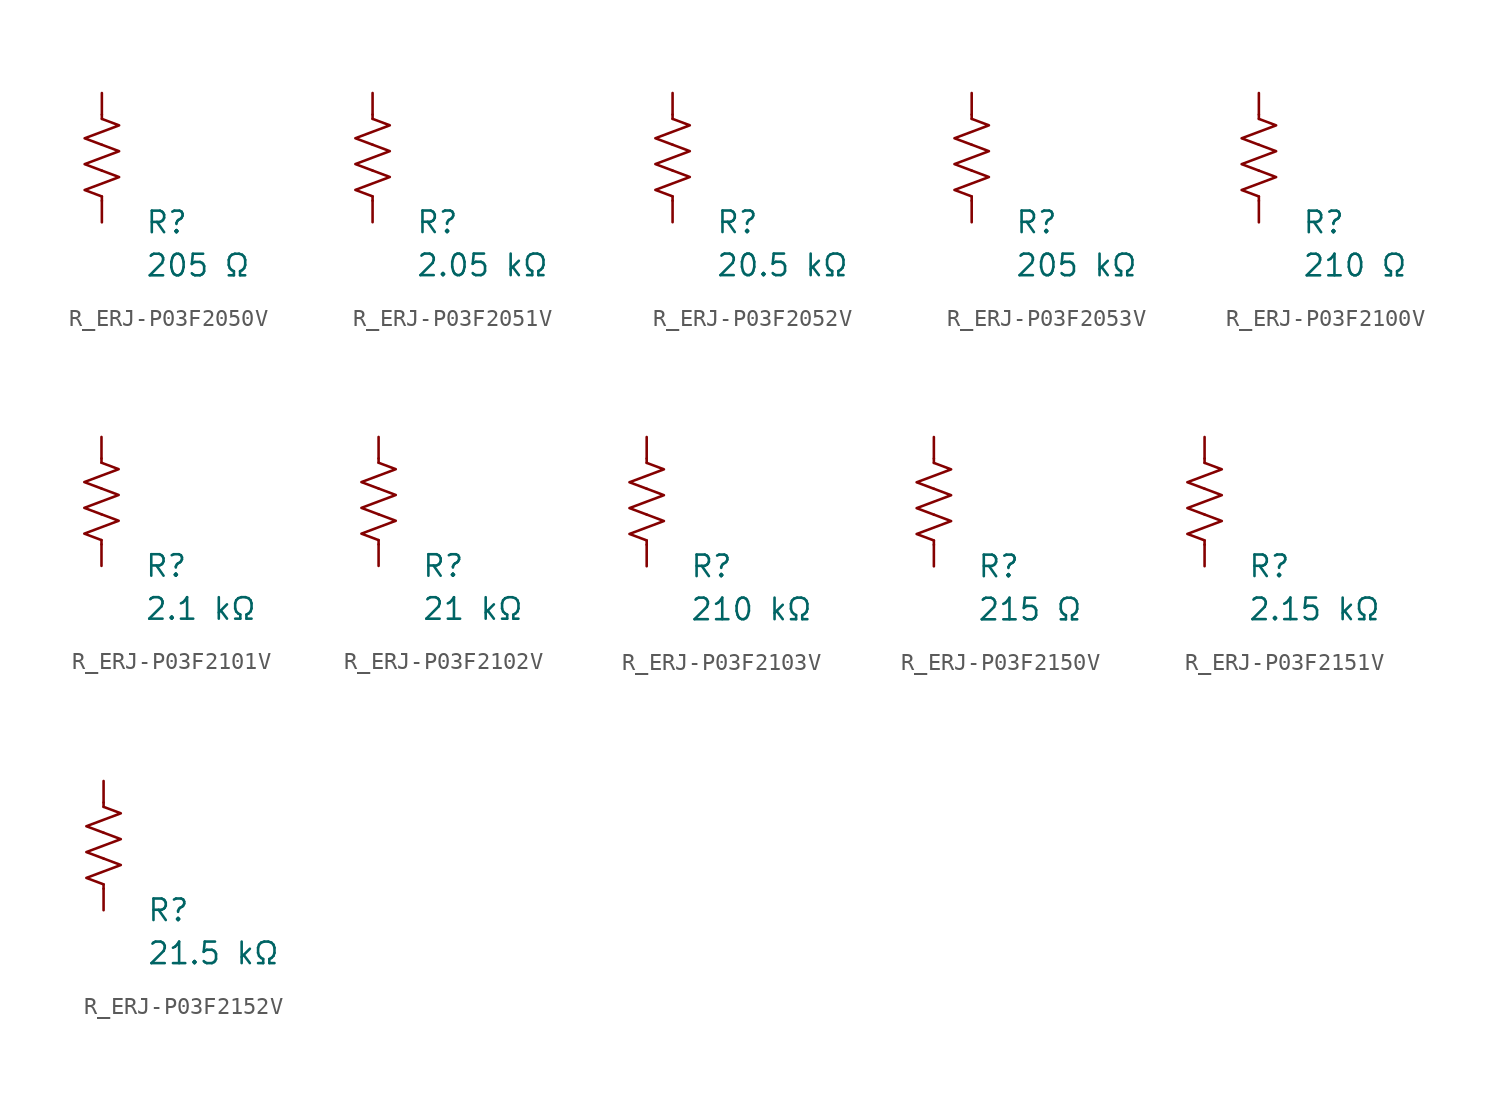
<source format=kicad_sym>
(kicad_symbol_lib
  (version 20231120)
  (generator "kicad_symbol_editor")
  (generator_version "8.0")
  (symbol "R_ERJ-P03F2050V"
    (pin_numbers hide)
    (pin_names
      (offset 0))
    (property "Reference" "R"
      (at 2.54 -3.81 0)
      (effects (font (size 1.27 1.27)) (justify left))
      (show_name no))
    (property "Value" "205 Ω"
      (at 2.54 -6.35 0)
      (effects (font (size 1.27 1.27)) (justify left))
      (show_name no))
    (symbol "R_ERJ-P03F2050V_0_1"
      (polyline (pts (xy 0 -2.286) (xy 0 -2.54)) (stroke (width 0) (type default)) (fill (type none)))
      (polyline (pts (xy 0 2.286) (xy 0 2.54)) (stroke (width 0) (type default)) (fill (type none)))
      (polyline (pts (xy 0 -0.762) (xy 1.016 -1.143) (xy 0 -1.524) (xy -1.016 -1.905) (xy 0 -2.286)) (stroke (width 0) (type default)) (fill (type none)))
      (polyline (pts (xy 0 0.762) (xy 1.016 0.381) (xy 0 0) (xy -1.016 -0.381) (xy 0 -0.762)) (stroke (width 0) (type default)) (fill (type none)))
      (polyline (pts (xy 0 2.286) (xy 1.016 1.905) (xy 0 1.524) (xy -1.016 1.143) (xy 0 0.762)) (stroke (width 0) (type default)) (fill (type none))))
    (symbol "R_ERJ-P03F2050V_1_1"
      (pin passive line (at 0 3.81 270) (length 1.27) (name "~" (effects (font (size 1.27 1.27)))) (number "1" (effects (font (size 1.27 1.27)))))
      (pin passive line (at 0 -3.81 90) (length 1.27) (name "~" (effects (font (size 1.27 1.27)))) (number "2" (effects (font (size 1.27 1.27)))))))
  (symbol "R_ERJ-P03F2051V"
    (pin_numbers hide)
    (pin_names
      (offset 0))
    (property "Reference" "R"
      (at 2.54 -3.81 0)
      (effects (font (size 1.27 1.27)) (justify left))
      (show_name no))
    (property "Value" "2.05 kΩ"
      (at 2.54 -6.35 0)
      (effects (font (size 1.27 1.27)) (justify left))
      (show_name no))
    (symbol "R_ERJ-P03F2051V_0_1"
      (polyline (pts (xy 0 -2.286) (xy 0 -2.54)) (stroke (width 0) (type default)) (fill (type none)))
      (polyline (pts (xy 0 2.286) (xy 0 2.54)) (stroke (width 0) (type default)) (fill (type none)))
      (polyline (pts (xy 0 -0.762) (xy 1.016 -1.143) (xy 0 -1.524) (xy -1.016 -1.905) (xy 0 -2.286)) (stroke (width 0) (type default)) (fill (type none)))
      (polyline (pts (xy 0 0.762) (xy 1.016 0.381) (xy 0 0) (xy -1.016 -0.381) (xy 0 -0.762)) (stroke (width 0) (type default)) (fill (type none)))
      (polyline (pts (xy 0 2.286) (xy 1.016 1.905) (xy 0 1.524) (xy -1.016 1.143) (xy 0 0.762)) (stroke (width 0) (type default)) (fill (type none))))
    (symbol "R_ERJ-P03F2051V_1_1"
      (pin passive line (at 0 3.81 270) (length 1.27) (name "~" (effects (font (size 1.27 1.27)))) (number "1" (effects (font (size 1.27 1.27)))))
      (pin passive line (at 0 -3.81 90) (length 1.27) (name "~" (effects (font (size 1.27 1.27)))) (number "2" (effects (font (size 1.27 1.27)))))))
  (symbol "R_ERJ-P03F2052V"
    (pin_numbers hide)
    (pin_names
      (offset 0))
    (property "Reference" "R"
      (at 2.54 -3.81 0)
      (effects (font (size 1.27 1.27)) (justify left))
      (show_name no))
    (property "Value" "20.5 kΩ"
      (at 2.54 -6.35 0)
      (effects (font (size 1.27 1.27)) (justify left))
      (show_name no))
    (symbol "R_ERJ-P03F2052V_0_1"
      (polyline (pts (xy 0 -2.286) (xy 0 -2.54)) (stroke (width 0) (type default)) (fill (type none)))
      (polyline (pts (xy 0 2.286) (xy 0 2.54)) (stroke (width 0) (type default)) (fill (type none)))
      (polyline (pts (xy 0 -0.762) (xy 1.016 -1.143) (xy 0 -1.524) (xy -1.016 -1.905) (xy 0 -2.286)) (stroke (width 0) (type default)) (fill (type none)))
      (polyline (pts (xy 0 0.762) (xy 1.016 0.381) (xy 0 0) (xy -1.016 -0.381) (xy 0 -0.762)) (stroke (width 0) (type default)) (fill (type none)))
      (polyline (pts (xy 0 2.286) (xy 1.016 1.905) (xy 0 1.524) (xy -1.016 1.143) (xy 0 0.762)) (stroke (width 0) (type default)) (fill (type none))))
    (symbol "R_ERJ-P03F2052V_1_1"
      (pin passive line (at 0 3.81 270) (length 1.27) (name "~" (effects (font (size 1.27 1.27)))) (number "1" (effects (font (size 1.27 1.27)))))
      (pin passive line (at 0 -3.81 90) (length 1.27) (name "~" (effects (font (size 1.27 1.27)))) (number "2" (effects (font (size 1.27 1.27)))))))
  (symbol "R_ERJ-P03F2053V"
    (pin_numbers hide)
    (pin_names
      (offset 0))
    (property "Reference" "R"
      (at 2.54 -3.81 0)
      (effects (font (size 1.27 1.27)) (justify left))
      (show_name no))
    (property "Value" "205 kΩ"
      (at 2.54 -6.35 0)
      (effects (font (size 1.27 1.27)) (justify left))
      (show_name no))
    (symbol "R_ERJ-P03F2053V_0_1"
      (polyline (pts (xy 0 -2.286) (xy 0 -2.54)) (stroke (width 0) (type default)) (fill (type none)))
      (polyline (pts (xy 0 2.286) (xy 0 2.54)) (stroke (width 0) (type default)) (fill (type none)))
      (polyline (pts (xy 0 -0.762) (xy 1.016 -1.143) (xy 0 -1.524) (xy -1.016 -1.905) (xy 0 -2.286)) (stroke (width 0) (type default)) (fill (type none)))
      (polyline (pts (xy 0 0.762) (xy 1.016 0.381) (xy 0 0) (xy -1.016 -0.381) (xy 0 -0.762)) (stroke (width 0) (type default)) (fill (type none)))
      (polyline (pts (xy 0 2.286) (xy 1.016 1.905) (xy 0 1.524) (xy -1.016 1.143) (xy 0 0.762)) (stroke (width 0) (type default)) (fill (type none))))
    (symbol "R_ERJ-P03F2053V_1_1"
      (pin passive line (at 0 3.81 270) (length 1.27) (name "~" (effects (font (size 1.27 1.27)))) (number "1" (effects (font (size 1.27 1.27)))))
      (pin passive line (at 0 -3.81 90) (length 1.27) (name "~" (effects (font (size 1.27 1.27)))) (number "2" (effects (font (size 1.27 1.27)))))))
  (symbol "R_ERJ-P03F2100V"
    (pin_numbers hide)
    (pin_names
      (offset 0))
    (property "Reference" "R"
      (at 2.54 -3.81 0)
      (effects (font (size 1.27 1.27)) (justify left))
      (show_name no))
    (property "Value" "210 Ω"
      (at 2.54 -6.35 0)
      (effects (font (size 1.27 1.27)) (justify left))
      (show_name no))
    (symbol "R_ERJ-P03F2100V_0_1"
      (polyline (pts (xy 0 -2.286) (xy 0 -2.54)) (stroke (width 0) (type default)) (fill (type none)))
      (polyline (pts (xy 0 2.286) (xy 0 2.54)) (stroke (width 0) (type default)) (fill (type none)))
      (polyline (pts (xy 0 -0.762) (xy 1.016 -1.143) (xy 0 -1.524) (xy -1.016 -1.905) (xy 0 -2.286)) (stroke (width 0) (type default)) (fill (type none)))
      (polyline (pts (xy 0 0.762) (xy 1.016 0.381) (xy 0 0) (xy -1.016 -0.381) (xy 0 -0.762)) (stroke (width 0) (type default)) (fill (type none)))
      (polyline (pts (xy 0 2.286) (xy 1.016 1.905) (xy 0 1.524) (xy -1.016 1.143) (xy 0 0.762)) (stroke (width 0) (type default)) (fill (type none))))
    (symbol "R_ERJ-P03F2100V_1_1"
      (pin passive line (at 0 3.81 270) (length 1.27) (name "~" (effects (font (size 1.27 1.27)))) (number "1" (effects (font (size 1.27 1.27)))))
      (pin passive line (at 0 -3.81 90) (length 1.27) (name "~" (effects (font (size 1.27 1.27)))) (number "2" (effects (font (size 1.27 1.27)))))))
  (symbol "R_ERJ-P03F2101V"
    (pin_numbers hide)
    (pin_names
      (offset 0))
    (property "Reference" "R"
      (at 2.54 -3.81 0)
      (effects (font (size 1.27 1.27)) (justify left))
      (show_name no))
    (property "Value" "2.1 kΩ"
      (at 2.54 -6.35 0)
      (effects (font (size 1.27 1.27)) (justify left))
      (show_name no))
    (symbol "R_ERJ-P03F2101V_0_1"
      (polyline (pts (xy 0 -2.286) (xy 0 -2.54)) (stroke (width 0) (type default)) (fill (type none)))
      (polyline (pts (xy 0 2.286) (xy 0 2.54)) (stroke (width 0) (type default)) (fill (type none)))
      (polyline (pts (xy 0 -0.762) (xy 1.016 -1.143) (xy 0 -1.524) (xy -1.016 -1.905) (xy 0 -2.286)) (stroke (width 0) (type default)) (fill (type none)))
      (polyline (pts (xy 0 0.762) (xy 1.016 0.381) (xy 0 0) (xy -1.016 -0.381) (xy 0 -0.762)) (stroke (width 0) (type default)) (fill (type none)))
      (polyline (pts (xy 0 2.286) (xy 1.016 1.905) (xy 0 1.524) (xy -1.016 1.143) (xy 0 0.762)) (stroke (width 0) (type default)) (fill (type none))))
    (symbol "R_ERJ-P03F2101V_1_1"
      (pin passive line (at 0 3.81 270) (length 1.27) (name "~" (effects (font (size 1.27 1.27)))) (number "1" (effects (font (size 1.27 1.27)))))
      (pin passive line (at 0 -3.81 90) (length 1.27) (name "~" (effects (font (size 1.27 1.27)))) (number "2" (effects (font (size 1.27 1.27)))))))
  (symbol "R_ERJ-P03F2102V"
    (pin_numbers hide)
    (pin_names
      (offset 0))
    (property "Reference" "R"
      (at 2.54 -3.81 0)
      (effects (font (size 1.27 1.27)) (justify left))
      (show_name no))
    (property "Value" "21 kΩ"
      (at 2.54 -6.35 0)
      (effects (font (size 1.27 1.27)) (justify left))
      (show_name no))
    (symbol "R_ERJ-P03F2102V_0_1"
      (polyline (pts (xy 0 -2.286) (xy 0 -2.54)) (stroke (width 0) (type default)) (fill (type none)))
      (polyline (pts (xy 0 2.286) (xy 0 2.54)) (stroke (width 0) (type default)) (fill (type none)))
      (polyline (pts (xy 0 -0.762) (xy 1.016 -1.143) (xy 0 -1.524) (xy -1.016 -1.905) (xy 0 -2.286)) (stroke (width 0) (type default)) (fill (type none)))
      (polyline (pts (xy 0 0.762) (xy 1.016 0.381) (xy 0 0) (xy -1.016 -0.381) (xy 0 -0.762)) (stroke (width 0) (type default)) (fill (type none)))
      (polyline (pts (xy 0 2.286) (xy 1.016 1.905) (xy 0 1.524) (xy -1.016 1.143) (xy 0 0.762)) (stroke (width 0) (type default)) (fill (type none))))
    (symbol "R_ERJ-P03F2102V_1_1"
      (pin passive line (at 0 3.81 270) (length 1.27) (name "~" (effects (font (size 1.27 1.27)))) (number "1" (effects (font (size 1.27 1.27)))))
      (pin passive line (at 0 -3.81 90) (length 1.27) (name "~" (effects (font (size 1.27 1.27)))) (number "2" (effects (font (size 1.27 1.27)))))))
  (symbol "R_ERJ-P03F2103V"
    (pin_numbers hide)
    (pin_names
      (offset 0))
    (property "Reference" "R"
      (at 2.54 -3.81 0)
      (effects (font (size 1.27 1.27)) (justify left))
      (show_name no))
    (property "Value" "210 kΩ"
      (at 2.54 -6.35 0)
      (effects (font (size 1.27 1.27)) (justify left))
      (show_name no))
    (symbol "R_ERJ-P03F2103V_0_1"
      (polyline (pts (xy 0 -2.286) (xy 0 -2.54)) (stroke (width 0) (type default)) (fill (type none)))
      (polyline (pts (xy 0 2.286) (xy 0 2.54)) (stroke (width 0) (type default)) (fill (type none)))
      (polyline (pts (xy 0 -0.762) (xy 1.016 -1.143) (xy 0 -1.524) (xy -1.016 -1.905) (xy 0 -2.286)) (stroke (width 0) (type default)) (fill (type none)))
      (polyline (pts (xy 0 0.762) (xy 1.016 0.381) (xy 0 0) (xy -1.016 -0.381) (xy 0 -0.762)) (stroke (width 0) (type default)) (fill (type none)))
      (polyline (pts (xy 0 2.286) (xy 1.016 1.905) (xy 0 1.524) (xy -1.016 1.143) (xy 0 0.762)) (stroke (width 0) (type default)) (fill (type none))))
    (symbol "R_ERJ-P03F2103V_1_1"
      (pin passive line (at 0 3.81 270) (length 1.27) (name "~" (effects (font (size 1.27 1.27)))) (number "1" (effects (font (size 1.27 1.27)))))
      (pin passive line (at 0 -3.81 90) (length 1.27) (name "~" (effects (font (size 1.27 1.27)))) (number "2" (effects (font (size 1.27 1.27)))))))
  (symbol "R_ERJ-P03F2150V"
    (pin_numbers hide)
    (pin_names
      (offset 0))
    (property "Reference" "R"
      (at 2.54 -3.81 0)
      (effects (font (size 1.27 1.27)) (justify left))
      (show_name no))
    (property "Value" "215 Ω"
      (at 2.54 -6.35 0)
      (effects (font (size 1.27 1.27)) (justify left))
      (show_name no))
    (symbol "R_ERJ-P03F2150V_0_1"
      (polyline (pts (xy 0 -2.286) (xy 0 -2.54)) (stroke (width 0) (type default)) (fill (type none)))
      (polyline (pts (xy 0 2.286) (xy 0 2.54)) (stroke (width 0) (type default)) (fill (type none)))
      (polyline (pts (xy 0 -0.762) (xy 1.016 -1.143) (xy 0 -1.524) (xy -1.016 -1.905) (xy 0 -2.286)) (stroke (width 0) (type default)) (fill (type none)))
      (polyline (pts (xy 0 0.762) (xy 1.016 0.381) (xy 0 0) (xy -1.016 -0.381) (xy 0 -0.762)) (stroke (width 0) (type default)) (fill (type none)))
      (polyline (pts (xy 0 2.286) (xy 1.016 1.905) (xy 0 1.524) (xy -1.016 1.143) (xy 0 0.762)) (stroke (width 0) (type default)) (fill (type none))))
    (symbol "R_ERJ-P03F2150V_1_1"
      (pin passive line (at 0 3.81 270) (length 1.27) (name "~" (effects (font (size 1.27 1.27)))) (number "1" (effects (font (size 1.27 1.27)))))
      (pin passive line (at 0 -3.81 90) (length 1.27) (name "~" (effects (font (size 1.27 1.27)))) (number "2" (effects (font (size 1.27 1.27)))))))
  (symbol "R_ERJ-P03F2151V"
    (pin_numbers hide)
    (pin_names
      (offset 0))
    (property "Reference" "R"
      (at 2.54 -3.81 0)
      (effects (font (size 1.27 1.27)) (justify left))
      (show_name no))
    (property "Value" "2.15 kΩ"
      (at 2.54 -6.35 0)
      (effects (font (size 1.27 1.27)) (justify left))
      (show_name no))
    (symbol "R_ERJ-P03F2151V_0_1"
      (polyline (pts (xy 0 -2.286) (xy 0 -2.54)) (stroke (width 0) (type default)) (fill (type none)))
      (polyline (pts (xy 0 2.286) (xy 0 2.54)) (stroke (width 0) (type default)) (fill (type none)))
      (polyline (pts (xy 0 -0.762) (xy 1.016 -1.143) (xy 0 -1.524) (xy -1.016 -1.905) (xy 0 -2.286)) (stroke (width 0) (type default)) (fill (type none)))
      (polyline (pts (xy 0 0.762) (xy 1.016 0.381) (xy 0 0) (xy -1.016 -0.381) (xy 0 -0.762)) (stroke (width 0) (type default)) (fill (type none)))
      (polyline (pts (xy 0 2.286) (xy 1.016 1.905) (xy 0 1.524) (xy -1.016 1.143) (xy 0 0.762)) (stroke (width 0) (type default)) (fill (type none))))
    (symbol "R_ERJ-P03F2151V_1_1"
      (pin passive line (at 0 3.81 270) (length 1.27) (name "~" (effects (font (size 1.27 1.27)))) (number "1" (effects (font (size 1.27 1.27)))))
      (pin passive line (at 0 -3.81 90) (length 1.27) (name "~" (effects (font (size 1.27 1.27)))) (number "2" (effects (font (size 1.27 1.27)))))))
  (symbol "R_ERJ-P03F2152V"
    (pin_numbers hide)
    (pin_names
      (offset 0))
    (property "Reference" "R"
      (at 2.54 -3.81 0)
      (effects (font (size 1.27 1.27)) (justify left))
      (show_name no))
    (property "Value" "21.5 kΩ"
      (at 2.54 -6.35 0)
      (effects (font (size 1.27 1.27)) (justify left))
      (show_name no))
    (symbol "R_ERJ-P03F2152V_0_1"
      (polyline (pts (xy 0 -2.286) (xy 0 -2.54)) (stroke (width 0) (type default)) (fill (type none)))
      (polyline (pts (xy 0 2.286) (xy 0 2.54)) (stroke (width 0) (type default)) (fill (type none)))
      (polyline (pts (xy 0 -0.762) (xy 1.016 -1.143) (xy 0 -1.524) (xy -1.016 -1.905) (xy 0 -2.286)) (stroke (width 0) (type default)) (fill (type none)))
      (polyline (pts (xy 0 0.762) (xy 1.016 0.381) (xy 0 0) (xy -1.016 -0.381) (xy 0 -0.762)) (stroke (width 0) (type default)) (fill (type none)))
      (polyline (pts (xy 0 2.286) (xy 1.016 1.905) (xy 0 1.524) (xy -1.016 1.143) (xy 0 0.762)) (stroke (width 0) (type default)) (fill (type none))))
    (symbol "R_ERJ-P03F2152V_1_1"
      (pin passive line (at 0 3.81 270) (length 1.27) (name "~" (effects (font (size 1.27 1.27)))) (number "1" (effects (font (size 1.27 1.27)))))
      (pin passive line (at 0 -3.81 90) (length 1.27) (name "~" (effects (font (size 1.27 1.27)))) (number "2" (effects (font (size 1.27 1.27))))))))
</source>
